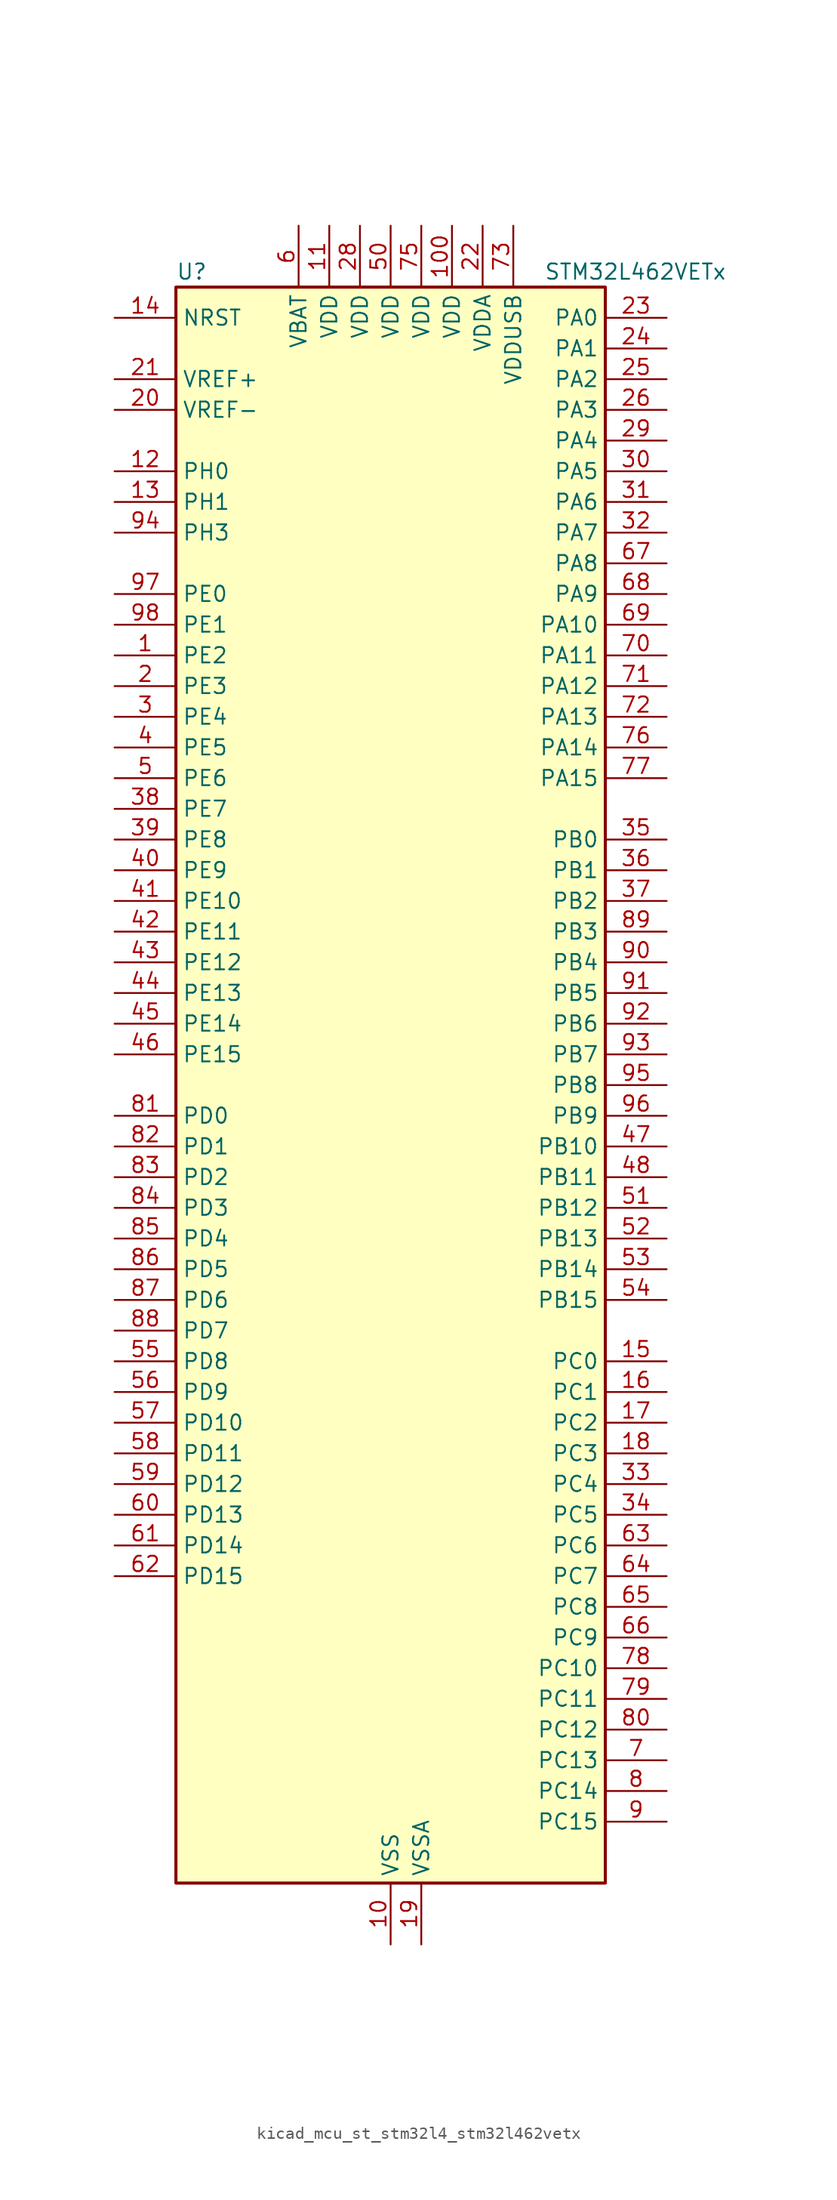
<source format=kicad_sym>
(kicad_symbol_lib
  (version 20220914)
  (generator kicad_symbol_editor)
  (symbol "kicad_mcu_st_stm32l4_stm32l462vetx"
    (property "Reference" "U"
      (at -17.78 67.31 0)
      (effects (font (size 1.27 1.27)) (justify left)))
    (property "Value" "STM32L462VETx"
      (at 12.7 67.31 0)
      (effects (font (size 1.27 1.27)) (justify left)))
    (property "ki_locked" ""
      (at 0 0 0)
      (effects (font (size 1.27 1.27))))
    (symbol "kicad_mcu_st_stm32l4_stm32l462vetx_0_1"
      (rectangle (start -17.78 -66.04) (end 17.78 66.04) (stroke (width 0.254) (type default)) (fill (type background))))
    (symbol "kicad_mcu_st_stm32l4_stm32l462vetx_1_1"
      (pin bidirectional line (at -22.86 35.56 0) (length 5.08) (name "PE2" (effects (font (size 1.27 1.27)))) (number "1" (effects (font (size 1.27 1.27)))) (alternate "SAI1_MCLK_A" bidirectional line) (alternate "SYS_TRACECLK" bidirectional line) (alternate "TIM3_ETR" bidirectional line) (alternate "TSC_G7_IO1" bidirectional line))
      (pin power_in line (at 0 -71.12 90) (length 5.08) (name "VSS" (effects (font (size 1.27 1.27)))) (number "10" (effects (font (size 1.27 1.27)))))
      (pin power_in line (at 5.08 71.12 270) (length 5.08) (name "VDD" (effects (font (size 1.27 1.27)))) (number "100" (effects (font (size 1.27 1.27)))))
      (pin power_in line (at -5.08 71.12 270) (length 5.08) (name "VDD" (effects (font (size 1.27 1.27)))) (number "11" (effects (font (size 1.27 1.27)))))
      (pin bidirectional line (at -22.86 50.8 0) (length 5.08) (name "PH0" (effects (font (size 1.27 1.27)))) (number "12" (effects (font (size 1.27 1.27)))) (alternate "RCC_OSC_IN" bidirectional line))
      (pin bidirectional line (at -22.86 48.26 0) (length 5.08) (name "PH1" (effects (font (size 1.27 1.27)))) (number "13" (effects (font (size 1.27 1.27)))) (alternate "RCC_OSC_OUT" bidirectional line))
      (pin input line (at -22.86 63.5 0) (length 5.08) (name "NRST" (effects (font (size 1.27 1.27)))) (number "14" (effects (font (size 1.27 1.27)))))
      (pin bidirectional line (at 22.86 -22.86 180) (length 5.08) (name "PC0" (effects (font (size 1.27 1.27)))) (number "15" (effects (font (size 1.27 1.27)))) (alternate "ADC1_IN1" bidirectional line) (alternate "I2C3_SCL" bidirectional line) (alternate "I2C4_SCL" bidirectional line) (alternate "LPTIM1_IN1" bidirectional line) (alternate "LPTIM2_IN1" bidirectional line) (alternate "LPUART1_RX" bidirectional line))
      (pin bidirectional line (at 22.86 -25.4 180) (length 5.08) (name "PC1" (effects (font (size 1.27 1.27)))) (number "16" (effects (font (size 1.27 1.27)))) (alternate "ADC1_IN2" bidirectional line) (alternate "I2C3_SDA" bidirectional line) (alternate "I2C4_SDA" bidirectional line) (alternate "LPTIM1_OUT" bidirectional line) (alternate "LPUART1_TX" bidirectional line) (alternate "SYS_TRACED0" bidirectional line))
      (pin bidirectional line (at 22.86 -27.94 180) (length 5.08) (name "PC2" (effects (font (size 1.27 1.27)))) (number "17" (effects (font (size 1.27 1.27)))) (alternate "ADC1_IN3" bidirectional line) (alternate "DFSDM1_CKOUT" bidirectional line) (alternate "LPTIM1_IN2" bidirectional line) (alternate "SPI2_MISO" bidirectional line))
      (pin bidirectional line (at 22.86 -30.48 180) (length 5.08) (name "PC3" (effects (font (size 1.27 1.27)))) (number "18" (effects (font (size 1.27 1.27)))) (alternate "ADC1_IN4" bidirectional line) (alternate "LPTIM1_ETR" bidirectional line) (alternate "LPTIM2_ETR" bidirectional line) (alternate "SAI1_SD_A" bidirectional line) (alternate "SPI2_MOSI" bidirectional line))
      (pin power_in line (at 2.54 -71.12 90) (length 5.08) (name "VSSA" (effects (font (size 1.27 1.27)))) (number "19" (effects (font (size 1.27 1.27)))))
      (pin bidirectional line (at -22.86 33.02 0) (length 5.08) (name "PE3" (effects (font (size 1.27 1.27)))) (number "2" (effects (font (size 1.27 1.27)))) (alternate "SAI1_SD_B" bidirectional line) (alternate "SYS_TRACED0" bidirectional line) (alternate "TIM3_CH1" bidirectional line) (alternate "TSC_G7_IO2" bidirectional line))
      (pin input line (at -22.86 55.88 0) (length 5.08) (name "VREF-" (effects (font (size 1.27 1.27)))) (number "20" (effects (font (size 1.27 1.27)))))
      (pin input line (at -22.86 58.42 0) (length 5.08) (name "VREF+" (effects (font (size 1.27 1.27)))) (number "21" (effects (font (size 1.27 1.27)))) (alternate "VREFBUF_OUT" bidirectional line))
      (pin power_in line (at 7.62 71.12 270) (length 5.08) (name "VDDA" (effects (font (size 1.27 1.27)))) (number "22" (effects (font (size 1.27 1.27)))))
      (pin bidirectional line (at 22.86 63.5 180) (length 5.08) (name "PA0" (effects (font (size 1.27 1.27)))) (number "23" (effects (font (size 1.27 1.27)))) (alternate "ADC1_IN5" bidirectional line) (alternate "COMP1_INM" bidirectional line) (alternate "COMP1_OUT" bidirectional line) (alternate "OPAMP1_VINP" bidirectional line) (alternate "RTC_TAMP2" bidirectional line) (alternate "SAI1_EXTCLK" bidirectional line) (alternate "SYS_WKUP1" bidirectional line) (alternate "TIM2_CH1" bidirectional line) (alternate "TIM2_ETR" bidirectional line) (alternate "UART4_TX" bidirectional line) (alternate "USART2_CTS" bidirectional line))
      (pin bidirectional line (at 22.86 60.96 180) (length 5.08) (name "PA1" (effects (font (size 1.27 1.27)))) (number "24" (effects (font (size 1.27 1.27)))) (alternate "ADC1_IN6" bidirectional line) (alternate "COMP1_INP" bidirectional line) (alternate "I2C1_SMBA" bidirectional line) (alternate "OPAMP1_VINM" bidirectional line) (alternate "SPI1_SCK" bidirectional line) (alternate "TIM15_CH1N" bidirectional line) (alternate "TIM2_CH2" bidirectional line) (alternate "UART4_RX" bidirectional line) (alternate "USART2_DE" bidirectional line) (alternate "USART2_RTS" bidirectional line))
      (pin bidirectional line (at 22.86 58.42 180) (length 5.08) (name "PA2" (effects (font (size 1.27 1.27)))) (number "25" (effects (font (size 1.27 1.27)))) (alternate "ADC1_IN7" bidirectional line) (alternate "COMP2_INM" bidirectional line) (alternate "COMP2_OUT" bidirectional line) (alternate "LPUART1_TX" bidirectional line) (alternate "QUADSPI_BK1_NCS" bidirectional line) (alternate "RCC_LSCO" bidirectional line) (alternate "SYS_WKUP4" bidirectional line) (alternate "TIM15_CH1" bidirectional line) (alternate "TIM2_CH3" bidirectional line) (alternate "USART2_TX" bidirectional line))
      (pin bidirectional line (at 22.86 55.88 180) (length 5.08) (name "PA3" (effects (font (size 1.27 1.27)))) (number "26" (effects (font (size 1.27 1.27)))) (alternate "ADC1_IN8" bidirectional line) (alternate "COMP2_INP" bidirectional line) (alternate "LPUART1_RX" bidirectional line) (alternate "OPAMP1_VOUT" bidirectional line) (alternate "QUADSPI_CLK" bidirectional line) (alternate "SAI1_MCLK_A" bidirectional line) (alternate "TIM15_CH2" bidirectional line) (alternate "TIM2_CH4" bidirectional line) (alternate "USART2_RX" bidirectional line))
      (pin passive line (at 0 -71.12 90) (length 5.08) hide (name "VSS" (effects (font (size 1.27 1.27)))) (number "27" (effects (font (size 1.27 1.27)))))
      (pin power_in line (at -2.54 71.12 270) (length 5.08) (name "VDD" (effects (font (size 1.27 1.27)))) (number "28" (effects (font (size 1.27 1.27)))))
      (pin bidirectional line (at 22.86 53.34 180) (length 5.08) (name "PA4" (effects (font (size 1.27 1.27)))) (number "29" (effects (font (size 1.27 1.27)))) (alternate "ADC1_IN9" bidirectional line) (alternate "COMP1_INM" bidirectional line) (alternate "COMP2_INM" bidirectional line) (alternate "DAC1_OUT1" bidirectional line) (alternate "LPTIM2_OUT" bidirectional line) (alternate "SAI1_FS_B" bidirectional line) (alternate "SPI1_NSS" bidirectional line) (alternate "SPI3_NSS" bidirectional line) (alternate "USART2_CK" bidirectional line))
      (pin bidirectional line (at -22.86 30.48 0) (length 5.08) (name "PE4" (effects (font (size 1.27 1.27)))) (number "3" (effects (font (size 1.27 1.27)))) (alternate "DFSDM1_DATIN3" bidirectional line) (alternate "SAI1_FS_A" bidirectional line) (alternate "SYS_TRACED1" bidirectional line) (alternate "TIM3_CH2" bidirectional line) (alternate "TSC_G7_IO3" bidirectional line))
      (pin bidirectional line (at 22.86 50.8 180) (length 5.08) (name "PA5" (effects (font (size 1.27 1.27)))) (number "30" (effects (font (size 1.27 1.27)))) (alternate "ADC1_IN10" bidirectional line) (alternate "COMP1_INM" bidirectional line) (alternate "COMP2_INM" bidirectional line) (alternate "DFSDM1_CKOUT" bidirectional line) (alternate "LPTIM2_ETR" bidirectional line) (alternate "SPI1_SCK" bidirectional line) (alternate "TIM2_CH1" bidirectional line) (alternate "TIM2_ETR" bidirectional line))
      (pin bidirectional line (at 22.86 48.26 180) (length 5.08) (name "PA6" (effects (font (size 1.27 1.27)))) (number "31" (effects (font (size 1.27 1.27)))) (alternate "ADC1_IN11" bidirectional line) (alternate "COMP1_OUT" bidirectional line) (alternate "LPUART1_CTS" bidirectional line) (alternate "QUADSPI_BK1_IO3" bidirectional line) (alternate "SPI1_MISO" bidirectional line) (alternate "TIM16_CH1" bidirectional line) (alternate "TIM1_BKIN" bidirectional line) (alternate "TIM1_BKIN_COMP2" bidirectional line) (alternate "TIM3_CH1" bidirectional line) (alternate "USART3_CTS" bidirectional line))
      (pin bidirectional line (at 22.86 45.72 180) (length 5.08) (name "PA7" (effects (font (size 1.27 1.27)))) (number "32" (effects (font (size 1.27 1.27)))) (alternate "ADC1_IN12" bidirectional line) (alternate "COMP2_OUT" bidirectional line) (alternate "DFSDM1_DATIN0" bidirectional line) (alternate "I2C3_SCL" bidirectional line) (alternate "QUADSPI_BK1_IO2" bidirectional line) (alternate "SPI1_MOSI" bidirectional line) (alternate "TIM1_CH1N" bidirectional line) (alternate "TIM3_CH2" bidirectional line))
      (pin bidirectional line (at 22.86 -33.02 180) (length 5.08) (name "PC4" (effects (font (size 1.27 1.27)))) (number "33" (effects (font (size 1.27 1.27)))) (alternate "ADC1_IN13" bidirectional line) (alternate "COMP1_INM" bidirectional line) (alternate "USART3_TX" bidirectional line))
      (pin bidirectional line (at 22.86 -35.56 180) (length 5.08) (name "PC5" (effects (font (size 1.27 1.27)))) (number "34" (effects (font (size 1.27 1.27)))) (alternate "ADC1_IN14" bidirectional line) (alternate "COMP1_INP" bidirectional line) (alternate "SYS_WKUP5" bidirectional line) (alternate "USART3_RX" bidirectional line))
      (pin bidirectional line (at 22.86 20.32 180) (length 5.08) (name "PB0" (effects (font (size 1.27 1.27)))) (number "35" (effects (font (size 1.27 1.27)))) (alternate "ADC1_IN15" bidirectional line) (alternate "COMP1_OUT" bidirectional line) (alternate "DFSDM1_CKIN0" bidirectional line) (alternate "QUADSPI_BK1_IO1" bidirectional line) (alternate "SAI1_EXTCLK" bidirectional line) (alternate "SPI1_NSS" bidirectional line) (alternate "TIM1_CH2N" bidirectional line) (alternate "TIM3_CH3" bidirectional line) (alternate "USART3_CK" bidirectional line))
      (pin bidirectional line (at 22.86 17.78 180) (length 5.08) (name "PB1" (effects (font (size 1.27 1.27)))) (number "36" (effects (font (size 1.27 1.27)))) (alternate "ADC1_IN16" bidirectional line) (alternate "COMP1_INM" bidirectional line) (alternate "DFSDM1_DATIN0" bidirectional line) (alternate "LPTIM2_IN1" bidirectional line) (alternate "LPUART1_DE" bidirectional line) (alternate "LPUART1_RTS" bidirectional line) (alternate "QUADSPI_BK1_IO0" bidirectional line) (alternate "TIM1_CH3N" bidirectional line) (alternate "TIM3_CH4" bidirectional line) (alternate "USART3_DE" bidirectional line) (alternate "USART3_RTS" bidirectional line))
      (pin bidirectional line (at 22.86 15.24 180) (length 5.08) (name "PB2" (effects (font (size 1.27 1.27)))) (number "37" (effects (font (size 1.27 1.27)))) (alternate "COMP1_INP" bidirectional line) (alternate "DFSDM1_CKIN0" bidirectional line) (alternate "I2C3_SMBA" bidirectional line) (alternate "LPTIM1_OUT" bidirectional line) (alternate "RTC_OUT_ALARM" bidirectional line) (alternate "RTC_OUT_CALIB" bidirectional line))
      (pin bidirectional line (at -22.86 22.86 0) (length 5.08) (name "PE7" (effects (font (size 1.27 1.27)))) (number "38" (effects (font (size 1.27 1.27)))) (alternate "DFSDM1_DATIN2" bidirectional line) (alternate "SAI1_SD_B" bidirectional line) (alternate "TIM1_ETR" bidirectional line))
      (pin bidirectional line (at -22.86 20.32 0) (length 5.08) (name "PE8" (effects (font (size 1.27 1.27)))) (number "39" (effects (font (size 1.27 1.27)))) (alternate "DFSDM1_CKIN2" bidirectional line) (alternate "SAI1_SCK_B" bidirectional line) (alternate "TIM1_CH1N" bidirectional line))
      (pin bidirectional line (at -22.86 27.94 0) (length 5.08) (name "PE5" (effects (font (size 1.27 1.27)))) (number "4" (effects (font (size 1.27 1.27)))) (alternate "DFSDM1_CKIN3" bidirectional line) (alternate "SAI1_SCK_A" bidirectional line) (alternate "SYS_TRACED2" bidirectional line) (alternate "TIM3_CH3" bidirectional line) (alternate "TSC_G7_IO4" bidirectional line))
      (pin bidirectional line (at -22.86 17.78 0) (length 5.08) (name "PE9" (effects (font (size 1.27 1.27)))) (number "40" (effects (font (size 1.27 1.27)))) (alternate "DAC1_EXTI9" bidirectional line) (alternate "DFSDM1_CKOUT" bidirectional line) (alternate "SAI1_FS_B" bidirectional line) (alternate "TIM1_CH1" bidirectional line))
      (pin bidirectional line (at -22.86 15.24 0) (length 5.08) (name "PE10" (effects (font (size 1.27 1.27)))) (number "41" (effects (font (size 1.27 1.27)))) (alternate "QUADSPI_CLK" bidirectional line) (alternate "SAI1_MCLK_B" bidirectional line) (alternate "TIM1_CH2N" bidirectional line) (alternate "TSC_G5_IO1" bidirectional line))
      (pin bidirectional line (at -22.86 12.7 0) (length 5.08) (name "PE11" (effects (font (size 1.27 1.27)))) (number "42" (effects (font (size 1.27 1.27)))) (alternate "ADC1_EXTI11" bidirectional line) (alternate "QUADSPI_BK1_NCS" bidirectional line) (alternate "TIM1_CH2" bidirectional line) (alternate "TSC_G5_IO2" bidirectional line))
      (pin bidirectional line (at -22.86 10.16 0) (length 5.08) (name "PE12" (effects (font (size 1.27 1.27)))) (number "43" (effects (font (size 1.27 1.27)))) (alternate "QUADSPI_BK1_IO0" bidirectional line) (alternate "SPI1_NSS" bidirectional line) (alternate "TIM1_CH3N" bidirectional line) (alternate "TSC_G5_IO3" bidirectional line))
      (pin bidirectional line (at -22.86 7.62 0) (length 5.08) (name "PE13" (effects (font (size 1.27 1.27)))) (number "44" (effects (font (size 1.27 1.27)))) (alternate "QUADSPI_BK1_IO1" bidirectional line) (alternate "SPI1_SCK" bidirectional line) (alternate "TIM1_CH3" bidirectional line) (alternate "TSC_G5_IO4" bidirectional line))
      (pin bidirectional line (at -22.86 5.08 0) (length 5.08) (name "PE14" (effects (font (size 1.27 1.27)))) (number "45" (effects (font (size 1.27 1.27)))) (alternate "QUADSPI_BK1_IO2" bidirectional line) (alternate "SPI1_MISO" bidirectional line) (alternate "TIM1_BKIN2" bidirectional line) (alternate "TIM1_BKIN2_COMP2" bidirectional line) (alternate "TIM1_CH4" bidirectional line))
      (pin bidirectional line (at -22.86 2.54 0) (length 5.08) (name "PE15" (effects (font (size 1.27 1.27)))) (number "46" (effects (font (size 1.27 1.27)))) (alternate "ADC1_EXTI15" bidirectional line) (alternate "QUADSPI_BK1_IO3" bidirectional line) (alternate "SPI1_MOSI" bidirectional line) (alternate "TIM1_BKIN" bidirectional line) (alternate "TIM1_BKIN_COMP1" bidirectional line))
      (pin bidirectional line (at 22.86 -5.08 180) (length 5.08) (name "PB10" (effects (font (size 1.27 1.27)))) (number "47" (effects (font (size 1.27 1.27)))) (alternate "COMP1_OUT" bidirectional line) (alternate "I2C2_SCL" bidirectional line) (alternate "I2C4_SCL" bidirectional line) (alternate "LPUART1_RX" bidirectional line) (alternate "QUADSPI_CLK" bidirectional line) (alternate "SAI1_SCK_A" bidirectional line) (alternate "SPI2_SCK" bidirectional line) (alternate "TIM2_CH3" bidirectional line) (alternate "TSC_SYNC" bidirectional line) (alternate "USART3_TX" bidirectional line))
      (pin bidirectional line (at 22.86 -7.62 180) (length 5.08) (name "PB11" (effects (font (size 1.27 1.27)))) (number "48" (effects (font (size 1.27 1.27)))) (alternate "ADC1_EXTI11" bidirectional line) (alternate "COMP2_OUT" bidirectional line) (alternate "I2C2_SDA" bidirectional line) (alternate "I2C4_SDA" bidirectional line) (alternate "LPUART1_TX" bidirectional line) (alternate "QUADSPI_BK1_NCS" bidirectional line) (alternate "TIM2_CH4" bidirectional line) (alternate "USART3_RX" bidirectional line))
      (pin passive line (at 0 -71.12 90) (length 5.08) hide (name "VSS" (effects (font (size 1.27 1.27)))) (number "49" (effects (font (size 1.27 1.27)))))
      (pin bidirectional line (at -22.86 25.4 0) (length 5.08) (name "PE6" (effects (font (size 1.27 1.27)))) (number "5" (effects (font (size 1.27 1.27)))) (alternate "RTC_TAMP3" bidirectional line) (alternate "SAI1_SD_A" bidirectional line) (alternate "SYS_TRACED3" bidirectional line) (alternate "SYS_WKUP3" bidirectional line) (alternate "TIM3_CH4" bidirectional line))
      (pin power_in line (at 0 71.12 270) (length 5.08) (name "VDD" (effects (font (size 1.27 1.27)))) (number "50" (effects (font (size 1.27 1.27)))))
      (pin bidirectional line (at 22.86 -10.16 180) (length 5.08) (name "PB12" (effects (font (size 1.27 1.27)))) (number "51" (effects (font (size 1.27 1.27)))) (alternate "CAN1_RX" bidirectional line) (alternate "DFSDM1_DATIN1" bidirectional line) (alternate "I2C2_SMBA" bidirectional line) (alternate "LPUART1_DE" bidirectional line) (alternate "LPUART1_RTS" bidirectional line) (alternate "SAI1_FS_A" bidirectional line) (alternate "SPI2_NSS" bidirectional line) (alternate "TIM15_BKIN" bidirectional line) (alternate "TIM1_BKIN" bidirectional line) (alternate "TIM1_BKIN_COMP2" bidirectional line) (alternate "TSC_G1_IO1" bidirectional line) (alternate "USART3_CK" bidirectional line))
      (pin bidirectional line (at 22.86 -12.7 180) (length 5.08) (name "PB13" (effects (font (size 1.27 1.27)))) (number "52" (effects (font (size 1.27 1.27)))) (alternate "CAN1_TX" bidirectional line) (alternate "DFSDM1_CKIN1" bidirectional line) (alternate "I2C2_SCL" bidirectional line) (alternate "LPUART1_CTS" bidirectional line) (alternate "SAI1_SCK_A" bidirectional line) (alternate "SPI2_SCK" bidirectional line) (alternate "TIM15_CH1N" bidirectional line) (alternate "TIM1_CH1N" bidirectional line) (alternate "TSC_G1_IO2" bidirectional line) (alternate "USART3_CTS" bidirectional line))
      (pin bidirectional line (at 22.86 -15.24 180) (length 5.08) (name "PB14" (effects (font (size 1.27 1.27)))) (number "53" (effects (font (size 1.27 1.27)))) (alternate "DFSDM1_DATIN2" bidirectional line) (alternate "I2C2_SDA" bidirectional line) (alternate "SAI1_MCLK_A" bidirectional line) (alternate "SPI2_MISO" bidirectional line) (alternate "TIM15_CH1" bidirectional line) (alternate "TIM1_CH2N" bidirectional line) (alternate "TSC_G1_IO3" bidirectional line) (alternate "USART3_DE" bidirectional line) (alternate "USART3_RTS" bidirectional line))
      (pin bidirectional line (at 22.86 -17.78 180) (length 5.08) (name "PB15" (effects (font (size 1.27 1.27)))) (number "54" (effects (font (size 1.27 1.27)))) (alternate "ADC1_EXTI15" bidirectional line) (alternate "DFSDM1_CKIN2" bidirectional line) (alternate "RTC_REFIN" bidirectional line) (alternate "SAI1_SD_A" bidirectional line) (alternate "SPI2_MOSI" bidirectional line) (alternate "TIM15_CH2" bidirectional line) (alternate "TIM1_CH3N" bidirectional line) (alternate "TSC_G1_IO4" bidirectional line))
      (pin bidirectional line (at -22.86 -22.86 0) (length 5.08) (name "PD8" (effects (font (size 1.27 1.27)))) (number "55" (effects (font (size 1.27 1.27)))) (alternate "USART3_TX" bidirectional line))
      (pin bidirectional line (at -22.86 -25.4 0) (length 5.08) (name "PD9" (effects (font (size 1.27 1.27)))) (number "56" (effects (font (size 1.27 1.27)))) (alternate "DAC1_EXTI9" bidirectional line) (alternate "USART3_RX" bidirectional line))
      (pin bidirectional line (at -22.86 -27.94 0) (length 5.08) (name "PD10" (effects (font (size 1.27 1.27)))) (number "57" (effects (font (size 1.27 1.27)))) (alternate "TSC_G6_IO1" bidirectional line) (alternate "USART3_CK" bidirectional line))
      (pin bidirectional line (at -22.86 -30.48 0) (length 5.08) (name "PD11" (effects (font (size 1.27 1.27)))) (number "58" (effects (font (size 1.27 1.27)))) (alternate "ADC1_EXTI11" bidirectional line) (alternate "I2C4_SMBA" bidirectional line) (alternate "LPTIM2_ETR" bidirectional line) (alternate "TSC_G6_IO2" bidirectional line) (alternate "USART3_CTS" bidirectional line))
      (pin bidirectional line (at -22.86 -33.02 0) (length 5.08) (name "PD12" (effects (font (size 1.27 1.27)))) (number "59" (effects (font (size 1.27 1.27)))) (alternate "I2C4_SCL" bidirectional line) (alternate "LPTIM2_IN1" bidirectional line) (alternate "TSC_G6_IO3" bidirectional line) (alternate "USART3_DE" bidirectional line) (alternate "USART3_RTS" bidirectional line))
      (pin power_in line (at -7.62 71.12 270) (length 5.08) (name "VBAT" (effects (font (size 1.27 1.27)))) (number "6" (effects (font (size 1.27 1.27)))))
      (pin bidirectional line (at -22.86 -35.56 0) (length 5.08) (name "PD13" (effects (font (size 1.27 1.27)))) (number "60" (effects (font (size 1.27 1.27)))) (alternate "I2C4_SDA" bidirectional line) (alternate "LPTIM2_OUT" bidirectional line) (alternate "TSC_G6_IO4" bidirectional line))
      (pin bidirectional line (at -22.86 -38.1 0) (length 5.08) (name "PD14" (effects (font (size 1.27 1.27)))) (number "61" (effects (font (size 1.27 1.27)))))
      (pin bidirectional line (at -22.86 -40.64 0) (length 5.08) (name "PD15" (effects (font (size 1.27 1.27)))) (number "62" (effects (font (size 1.27 1.27)))) (alternate "ADC1_EXTI15" bidirectional line))
      (pin bidirectional line (at 22.86 -38.1 180) (length 5.08) (name "PC6" (effects (font (size 1.27 1.27)))) (number "63" (effects (font (size 1.27 1.27)))) (alternate "DFSDM1_CKIN3" bidirectional line) (alternate "SDMMC1_D6" bidirectional line) (alternate "TIM3_CH1" bidirectional line) (alternate "TSC_G4_IO1" bidirectional line))
      (pin bidirectional line (at 22.86 -40.64 180) (length 5.08) (name "PC7" (effects (font (size 1.27 1.27)))) (number "64" (effects (font (size 1.27 1.27)))) (alternate "DFSDM1_DATIN3" bidirectional line) (alternate "SDMMC1_D7" bidirectional line) (alternate "TIM3_CH2" bidirectional line) (alternate "TSC_G4_IO2" bidirectional line))
      (pin bidirectional line (at 22.86 -43.18 180) (length 5.08) (name "PC8" (effects (font (size 1.27 1.27)))) (number "65" (effects (font (size 1.27 1.27)))) (alternate "SDMMC1_D0" bidirectional line) (alternate "TIM3_CH3" bidirectional line) (alternate "TSC_G4_IO3" bidirectional line))
      (pin bidirectional line (at 22.86 -45.72 180) (length 5.08) (name "PC9" (effects (font (size 1.27 1.27)))) (number "66" (effects (font (size 1.27 1.27)))) (alternate "DAC1_EXTI9" bidirectional line) (alternate "SDMMC1_D1" bidirectional line) (alternate "TIM3_CH4" bidirectional line) (alternate "TSC_G4_IO4" bidirectional line) (alternate "USB_NOE" bidirectional line))
      (pin bidirectional line (at 22.86 43.18 180) (length 5.08) (name "PA8" (effects (font (size 1.27 1.27)))) (number "67" (effects (font (size 1.27 1.27)))) (alternate "DFSDM1_CKIN1" bidirectional line) (alternate "LPTIM2_OUT" bidirectional line) (alternate "RCC_MCO" bidirectional line) (alternate "SAI1_SCK_A" bidirectional line) (alternate "TIM1_CH1" bidirectional line) (alternate "USART1_CK" bidirectional line))
      (pin bidirectional line (at 22.86 40.64 180) (length 5.08) (name "PA9" (effects (font (size 1.27 1.27)))) (number "68" (effects (font (size 1.27 1.27)))) (alternate "DAC1_EXTI9" bidirectional line) (alternate "DFSDM1_DATIN1" bidirectional line) (alternate "I2C1_SCL" bidirectional line) (alternate "SAI1_FS_A" bidirectional line) (alternate "TIM15_BKIN" bidirectional line) (alternate "TIM1_CH2" bidirectional line) (alternate "USART1_TX" bidirectional line))
      (pin bidirectional line (at 22.86 38.1 180) (length 5.08) (name "PA10" (effects (font (size 1.27 1.27)))) (number "69" (effects (font (size 1.27 1.27)))) (alternate "CRS_SYNC" bidirectional line) (alternate "I2C1_SDA" bidirectional line) (alternate "SAI1_SD_A" bidirectional line) (alternate "TIM1_CH3" bidirectional line) (alternate "USART1_RX" bidirectional line))
      (pin bidirectional line (at 22.86 -55.88 180) (length 5.08) (name "PC13" (effects (font (size 1.27 1.27)))) (number "7" (effects (font (size 1.27 1.27)))) (alternate "RTC_OUT_ALARM" bidirectional line) (alternate "RTC_OUT_CALIB" bidirectional line) (alternate "RTC_TAMP1" bidirectional line) (alternate "RTC_TS" bidirectional line) (alternate "SYS_WKUP2" bidirectional line))
      (pin bidirectional line (at 22.86 35.56 180) (length 5.08) (name "PA11" (effects (font (size 1.27 1.27)))) (number "70" (effects (font (size 1.27 1.27)))) (alternate "ADC1_EXTI11" bidirectional line) (alternate "CAN1_RX" bidirectional line) (alternate "COMP1_OUT" bidirectional line) (alternate "SPI1_MISO" bidirectional line) (alternate "TIM1_BKIN2" bidirectional line) (alternate "TIM1_BKIN2_COMP1" bidirectional line) (alternate "TIM1_CH4" bidirectional line) (alternate "USART1_CTS" bidirectional line) (alternate "USB_DM" bidirectional line))
      (pin bidirectional line (at 22.86 33.02 180) (length 5.08) (name "PA12" (effects (font (size 1.27 1.27)))) (number "71" (effects (font (size 1.27 1.27)))) (alternate "CAN1_TX" bidirectional line) (alternate "SPI1_MOSI" bidirectional line) (alternate "TIM1_ETR" bidirectional line) (alternate "USART1_DE" bidirectional line) (alternate "USART1_RTS" bidirectional line) (alternate "USB_DP" bidirectional line))
      (pin bidirectional line (at 22.86 30.48 180) (length 5.08) (name "PA13" (effects (font (size 1.27 1.27)))) (number "72" (effects (font (size 1.27 1.27)))) (alternate "IR_OUT" bidirectional line) (alternate "SAI1_SD_B" bidirectional line) (alternate "SYS_JTMS-SWDIO" bidirectional line) (alternate "USB_NOE" bidirectional line))
      (pin power_in line (at 10.16 71.12 270) (length 5.08) (name "VDDUSB" (effects (font (size 1.27 1.27)))) (number "73" (effects (font (size 1.27 1.27)))))
      (pin passive line (at 0 -71.12 90) (length 5.08) hide (name "VSS" (effects (font (size 1.27 1.27)))) (number "74" (effects (font (size 1.27 1.27)))))
      (pin power_in line (at 2.54 71.12 270) (length 5.08) (name "VDD" (effects (font (size 1.27 1.27)))) (number "75" (effects (font (size 1.27 1.27)))))
      (pin bidirectional line (at 22.86 27.94 180) (length 5.08) (name "PA14" (effects (font (size 1.27 1.27)))) (number "76" (effects (font (size 1.27 1.27)))) (alternate "I2C1_SMBA" bidirectional line) (alternate "I2C4_SMBA" bidirectional line) (alternate "LPTIM1_OUT" bidirectional line) (alternate "SAI1_FS_B" bidirectional line) (alternate "SYS_JTCK-SWCLK" bidirectional line))
      (pin bidirectional line (at 22.86 25.4 180) (length 5.08) (name "PA15" (effects (font (size 1.27 1.27)))) (number "77" (effects (font (size 1.27 1.27)))) (alternate "ADC1_EXTI15" bidirectional line) (alternate "SPI1_NSS" bidirectional line) (alternate "SPI3_NSS" bidirectional line) (alternate "SYS_JTDI" bidirectional line) (alternate "TIM2_CH1" bidirectional line) (alternate "TIM2_ETR" bidirectional line) (alternate "TSC_G3_IO1" bidirectional line) (alternate "UART4_DE" bidirectional line) (alternate "UART4_RTS" bidirectional line) (alternate "USART2_RX" bidirectional line) (alternate "USART3_DE" bidirectional line) (alternate "USART3_RTS" bidirectional line))
      (pin bidirectional line (at 22.86 -48.26 180) (length 5.08) (name "PC10" (effects (font (size 1.27 1.27)))) (number "78" (effects (font (size 1.27 1.27)))) (alternate "SDMMC1_D2" bidirectional line) (alternate "SPI3_SCK" bidirectional line) (alternate "SYS_TRACED1" bidirectional line) (alternate "TSC_G3_IO2" bidirectional line) (alternate "UART4_TX" bidirectional line) (alternate "USART3_TX" bidirectional line))
      (pin bidirectional line (at 22.86 -50.8 180) (length 5.08) (name "PC11" (effects (font (size 1.27 1.27)))) (number "79" (effects (font (size 1.27 1.27)))) (alternate "ADC1_EXTI11" bidirectional line) (alternate "SDMMC1_D3" bidirectional line) (alternate "SPI3_MISO" bidirectional line) (alternate "TSC_G3_IO3" bidirectional line) (alternate "UART4_RX" bidirectional line) (alternate "USART3_RX" bidirectional line))
      (pin bidirectional line (at 22.86 -58.42 180) (length 5.08) (name "PC14" (effects (font (size 1.27 1.27)))) (number "8" (effects (font (size 1.27 1.27)))) (alternate "RCC_OSC32_IN" bidirectional line))
      (pin bidirectional line (at 22.86 -53.34 180) (length 5.08) (name "PC12" (effects (font (size 1.27 1.27)))) (number "80" (effects (font (size 1.27 1.27)))) (alternate "SDMMC1_CK" bidirectional line) (alternate "SPI3_MOSI" bidirectional line) (alternate "SYS_TRACED3" bidirectional line) (alternate "TSC_G3_IO4" bidirectional line) (alternate "USART3_CK" bidirectional line))
      (pin bidirectional line (at -22.86 -2.54 0) (length 5.08) (name "PD0" (effects (font (size 1.27 1.27)))) (number "81" (effects (font (size 1.27 1.27)))) (alternate "CAN1_RX" bidirectional line) (alternate "SPI2_NSS" bidirectional line))
      (pin bidirectional line (at -22.86 -5.08 0) (length 5.08) (name "PD1" (effects (font (size 1.27 1.27)))) (number "82" (effects (font (size 1.27 1.27)))) (alternate "CAN1_TX" bidirectional line) (alternate "SPI2_SCK" bidirectional line))
      (pin bidirectional line (at -22.86 -7.62 0) (length 5.08) (name "PD2" (effects (font (size 1.27 1.27)))) (number "83" (effects (font (size 1.27 1.27)))) (alternate "SDMMC1_CMD" bidirectional line) (alternate "SYS_TRACED2" bidirectional line) (alternate "TIM3_ETR" bidirectional line) (alternate "TSC_SYNC" bidirectional line) (alternate "USART3_DE" bidirectional line) (alternate "USART3_RTS" bidirectional line))
      (pin bidirectional line (at -22.86 -10.16 0) (length 5.08) (name "PD3" (effects (font (size 1.27 1.27)))) (number "84" (effects (font (size 1.27 1.27)))) (alternate "DFSDM1_DATIN0" bidirectional line) (alternate "QUADSPI_BK2_NCS" bidirectional line) (alternate "SPI2_MISO" bidirectional line) (alternate "USART2_CTS" bidirectional line))
      (pin bidirectional line (at -22.86 -12.7 0) (length 5.08) (name "PD4" (effects (font (size 1.27 1.27)))) (number "85" (effects (font (size 1.27 1.27)))) (alternate "DFSDM1_CKIN0" bidirectional line) (alternate "QUADSPI_BK2_IO0" bidirectional line) (alternate "SPI2_MOSI" bidirectional line) (alternate "USART2_DE" bidirectional line) (alternate "USART2_RTS" bidirectional line))
      (pin bidirectional line (at -22.86 -15.24 0) (length 5.08) (name "PD5" (effects (font (size 1.27 1.27)))) (number "86" (effects (font (size 1.27 1.27)))) (alternate "QUADSPI_BK2_IO1" bidirectional line) (alternate "USART2_TX" bidirectional line))
      (pin bidirectional line (at -22.86 -17.78 0) (length 5.08) (name "PD6" (effects (font (size 1.27 1.27)))) (number "87" (effects (font (size 1.27 1.27)))) (alternate "DFSDM1_DATIN1" bidirectional line) (alternate "QUADSPI_BK2_IO2" bidirectional line) (alternate "SAI1_SD_A" bidirectional line) (alternate "USART2_RX" bidirectional line))
      (pin bidirectional line (at -22.86 -20.32 0) (length 5.08) (name "PD7" (effects (font (size 1.27 1.27)))) (number "88" (effects (font (size 1.27 1.27)))) (alternate "DFSDM1_CKIN1" bidirectional line) (alternate "QUADSPI_BK2_IO3" bidirectional line) (alternate "USART2_CK" bidirectional line))
      (pin bidirectional line (at 22.86 12.7 180) (length 5.08) (name "PB3" (effects (font (size 1.27 1.27)))) (number "89" (effects (font (size 1.27 1.27)))) (alternate "COMP2_INM" bidirectional line) (alternate "SAI1_SCK_B" bidirectional line) (alternate "SPI1_SCK" bidirectional line) (alternate "SPI3_SCK" bidirectional line) (alternate "SYS_JTDO-SWO" bidirectional line) (alternate "TIM2_CH2" bidirectional line) (alternate "USART1_DE" bidirectional line) (alternate "USART1_RTS" bidirectional line))
      (pin bidirectional line (at 22.86 -60.96 180) (length 5.08) (name "PC15" (effects (font (size 1.27 1.27)))) (number "9" (effects (font (size 1.27 1.27)))) (alternate "ADC1_EXTI15" bidirectional line) (alternate "RCC_OSC32_OUT" bidirectional line))
      (pin bidirectional line (at 22.86 10.16 180) (length 5.08) (name "PB4" (effects (font (size 1.27 1.27)))) (number "90" (effects (font (size 1.27 1.27)))) (alternate "COMP2_INP" bidirectional line) (alternate "I2C3_SDA" bidirectional line) (alternate "SAI1_MCLK_B" bidirectional line) (alternate "SPI1_MISO" bidirectional line) (alternate "SPI3_MISO" bidirectional line) (alternate "SYS_JTRST" bidirectional line) (alternate "TIM3_CH1" bidirectional line) (alternate "TSC_G2_IO1" bidirectional line) (alternate "USART1_CTS" bidirectional line))
      (pin bidirectional line (at 22.86 7.62 180) (length 5.08) (name "PB5" (effects (font (size 1.27 1.27)))) (number "91" (effects (font (size 1.27 1.27)))) (alternate "CAN1_RX" bidirectional line) (alternate "COMP2_OUT" bidirectional line) (alternate "I2C1_SMBA" bidirectional line) (alternate "LPTIM1_IN1" bidirectional line) (alternate "SAI1_SD_B" bidirectional line) (alternate "SPI1_MOSI" bidirectional line) (alternate "SPI3_MOSI" bidirectional line) (alternate "TIM16_BKIN" bidirectional line) (alternate "TIM3_CH2" bidirectional line) (alternate "TSC_G2_IO2" bidirectional line) (alternate "USART1_CK" bidirectional line))
      (pin bidirectional line (at 22.86 5.08 180) (length 5.08) (name "PB6" (effects (font (size 1.27 1.27)))) (number "92" (effects (font (size 1.27 1.27)))) (alternate "CAN1_TX" bidirectional line) (alternate "COMP2_INP" bidirectional line) (alternate "I2C1_SCL" bidirectional line) (alternate "I2C4_SCL" bidirectional line) (alternate "LPTIM1_ETR" bidirectional line) (alternate "SAI1_FS_B" bidirectional line) (alternate "TIM16_CH1N" bidirectional line) (alternate "TSC_G2_IO3" bidirectional line) (alternate "USART1_TX" bidirectional line))
      (pin bidirectional line (at 22.86 2.54 180) (length 5.08) (name "PB7" (effects (font (size 1.27 1.27)))) (number "93" (effects (font (size 1.27 1.27)))) (alternate "COMP2_INM" bidirectional line) (alternate "I2C1_SDA" bidirectional line) (alternate "I2C4_SDA" bidirectional line) (alternate "LPTIM1_IN2" bidirectional line) (alternate "SYS_PVD_IN" bidirectional line) (alternate "TSC_G2_IO4" bidirectional line) (alternate "UART4_CTS" bidirectional line) (alternate "USART1_RX" bidirectional line))
      (pin bidirectional line (at -22.86 45.72 0) (length 5.08) (name "PH3" (effects (font (size 1.27 1.27)))) (number "94" (effects (font (size 1.27 1.27)))))
      (pin bidirectional line (at 22.86 0 180) (length 5.08) (name "PB8" (effects (font (size 1.27 1.27)))) (number "95" (effects (font (size 1.27 1.27)))) (alternate "CAN1_RX" bidirectional line) (alternate "I2C1_SCL" bidirectional line) (alternate "SAI1_MCLK_A" bidirectional line) (alternate "SDMMC1_D4" bidirectional line) (alternate "TIM16_CH1" bidirectional line))
      (pin bidirectional line (at 22.86 -2.54 180) (length 5.08) (name "PB9" (effects (font (size 1.27 1.27)))) (number "96" (effects (font (size 1.27 1.27)))) (alternate "CAN1_TX" bidirectional line) (alternate "DAC1_EXTI9" bidirectional line) (alternate "I2C1_SDA" bidirectional line) (alternate "IR_OUT" bidirectional line) (alternate "SAI1_FS_A" bidirectional line) (alternate "SDMMC1_D5" bidirectional line) (alternate "SPI2_NSS" bidirectional line))
      (pin bidirectional line (at -22.86 40.64 0) (length 5.08) (name "PE0" (effects (font (size 1.27 1.27)))) (number "97" (effects (font (size 1.27 1.27)))) (alternate "TIM16_CH1" bidirectional line))
      (pin bidirectional line (at -22.86 38.1 0) (length 5.08) (name "PE1" (effects (font (size 1.27 1.27)))) (number "98" (effects (font (size 1.27 1.27)))))
      (pin passive line (at 0 -71.12 90) (length 5.08) hide (name "VSS" (effects (font (size 1.27 1.27)))) (number "99" (effects (font (size 1.27 1.27))))))))
</source>
